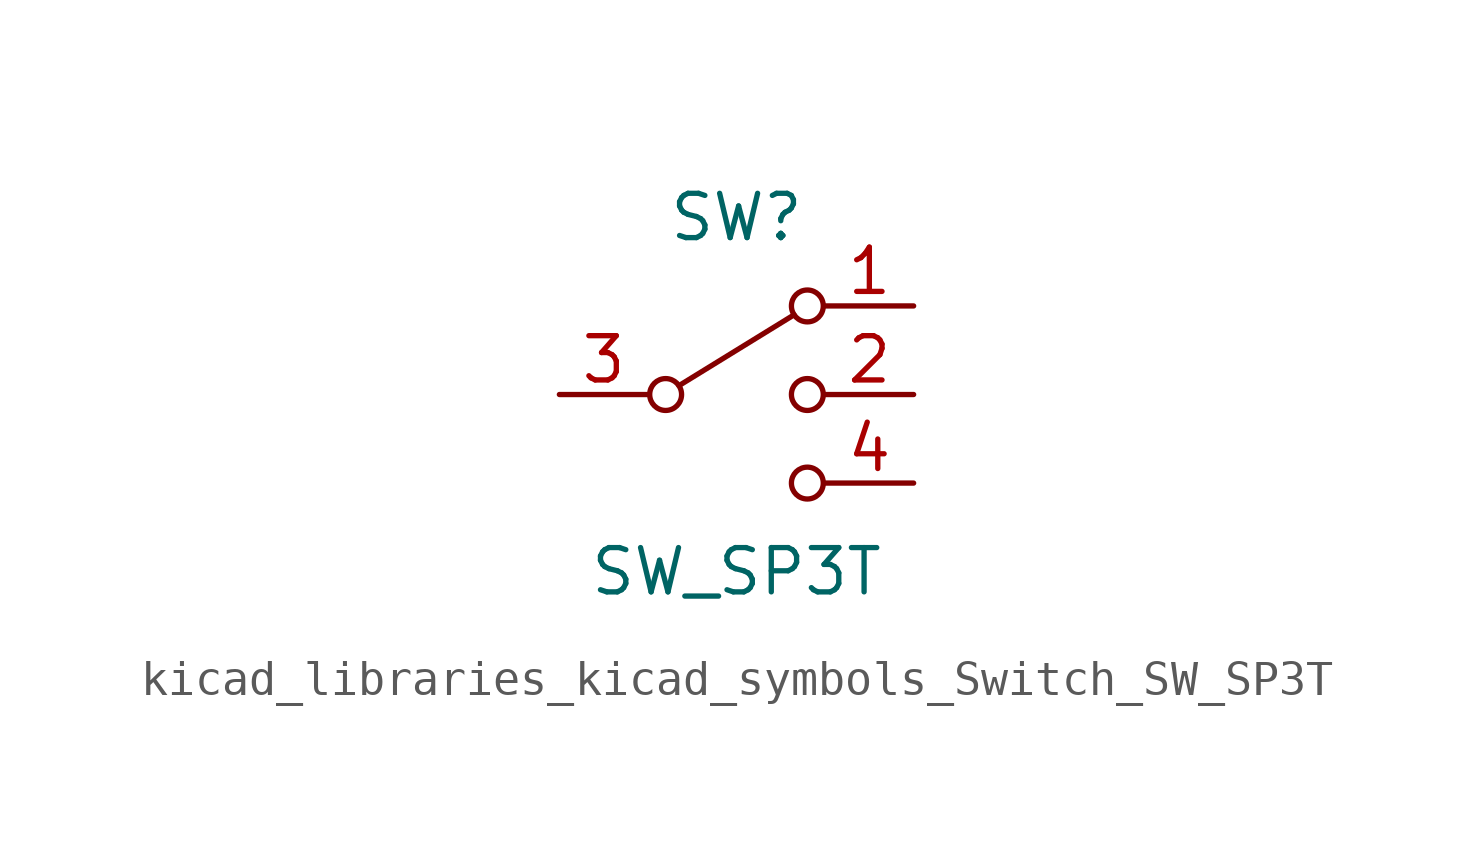
<source format=kicad_sym>
(kicad_symbol_lib
  (version 20220914)
  (generator kicad_symbol_editor)
  (symbol "kicad_libraries_kicad_symbols_Switch_SW_SP3T"
    (pin_names
      (offset 0) hide)
    (property "Reference" "SW"
      (at 0 5.08 0)
      (effects (font (size 1.27 1.27))))
    (property "Value" "SW_SP3T"
      (at 0 -5.08 0)
      (effects (font (size 1.27 1.27))))
    (symbol "kicad_libraries_kicad_symbols_Switch_SW_SP3T_0_1"
      (circle (center -2.032 0) (radius 0.457) (stroke (width 0) (type default)) (fill (type none)))
      (polyline (pts (xy -1.651 0.254) (xy 1.651 2.286)) (stroke (width 0) (type default)) (fill (type none)))
      (circle (center 2.032 -2.54) (radius 0.457) (stroke (width 0) (type default)) (fill (type none)))
      (circle (center 2.032 0) (radius 0.457) (stroke (width 0) (type default)) (fill (type none)))
      (circle (center 2.032 2.54) (radius 0.457) (stroke (width 0) (type default)) (fill (type none))))
    (symbol "kicad_libraries_kicad_symbols_Switch_SW_SP3T_1_1"
      (pin passive line (at 5.08 2.54 180) (length 2.54) (name "1" (effects (font (size 1.27 1.27)))) (number "1" (effects (font (size 1.27 1.27)))))
      (pin passive line (at 5.08 0 180) (length 2.54) (name "2" (effects (font (size 1.27 1.27)))) (number "2" (effects (font (size 1.27 1.27)))))
      (pin passive line (at -5.08 0 0) (length 2.54) (name "3" (effects (font (size 1.27 1.27)))) (number "3" (effects (font (size 1.27 1.27)))))
      (pin passive line (at 5.08 -2.54 180) (length 2.54) (name "4" (effects (font (size 1.27 1.27)))) (number "4" (effects (font (size 1.27 1.27))))))))
</source>
